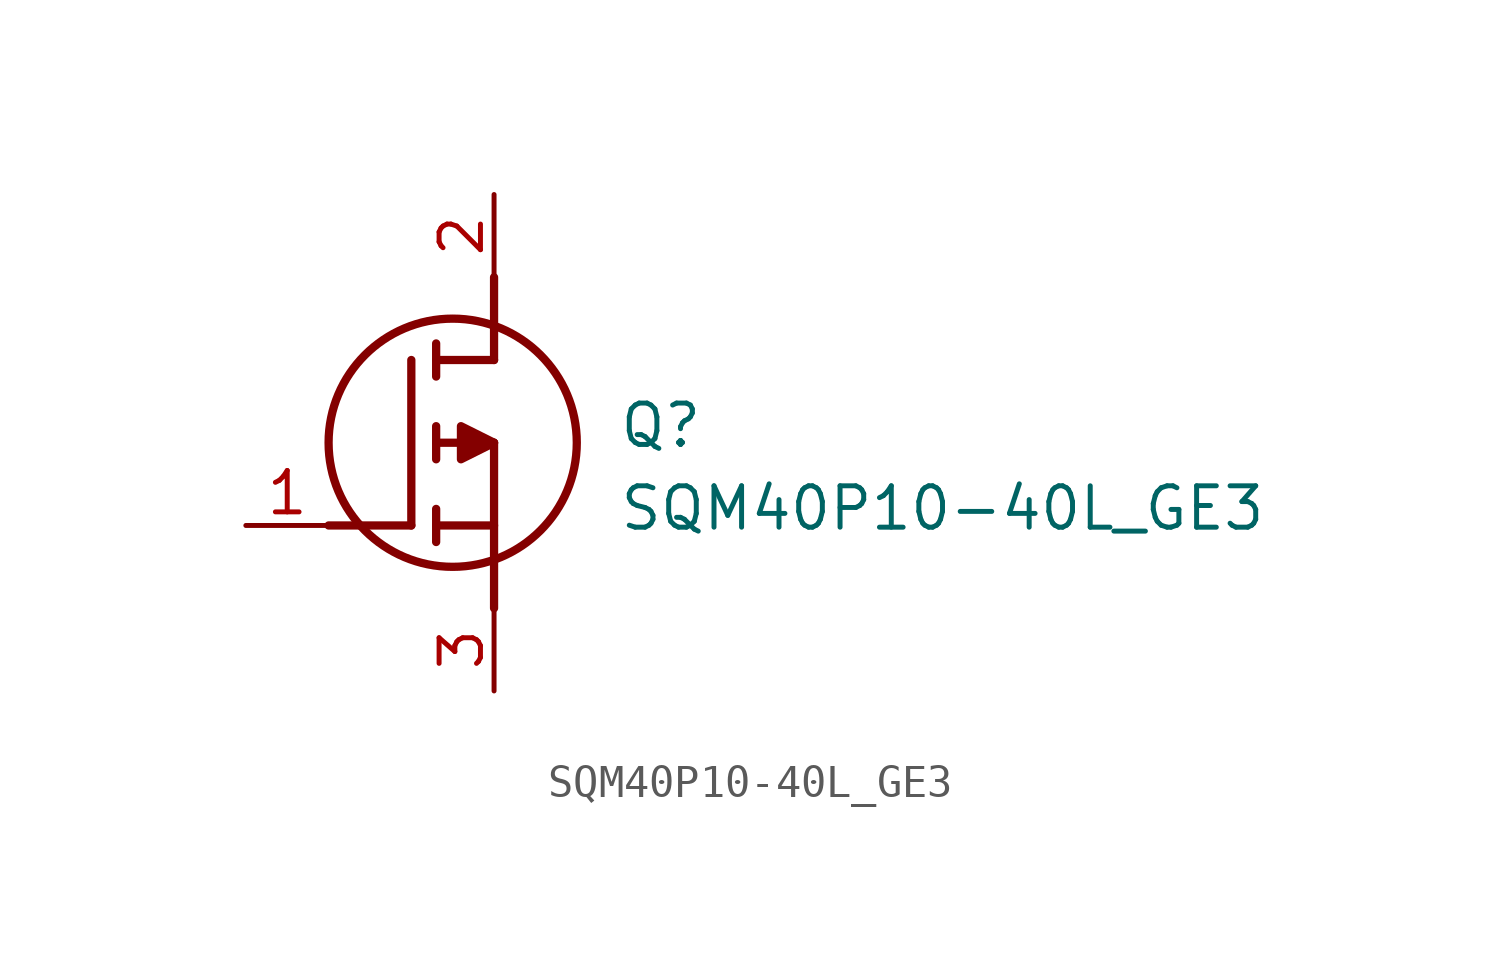
<source format=kicad_sym>
(kicad_symbol_lib
  (version 20211014)
  (generator SamacSys_ECAD_Model)
  (symbol "SQM40P10-40L_GE3"
    (pin_names hide)
    (property "Reference" "Q"
      (at 11.43 3.81 0)
      (effects (font (size 1.27 1.27)) (justify left top)))
    (property "Value" "SQM40P10-40L_GE3"
      (at 11.43 1.27 0)
      (effects (font (size 1.27 1.27)) (justify left top)))
    (polyline
      (pts (xy 7.62 2.54) (xy 7.62 -2.54))
      (stroke (width 0.254) (type default))
      (fill (type none)))
    (polyline
      (pts (xy 7.62 5.08) (xy 7.62 7.62))
      (stroke (width 0.254) (type default))
      (fill (type none)))
    (polyline
      (pts (xy 2.54 0) (xy 5.08 0))
      (stroke (width 0.254) (type default))
      (fill (type none)))
    (polyline
      (pts (xy 5.08 5.08) (xy 5.08 0))
      (stroke (width 0.254) (type default))
      (fill (type none)))
    (polyline
      (pts (xy 7.62 2.54) (xy 5.842 2.54))
      (stroke (width 0.254) (type default))
      (fill (type none)))
    (polyline
      (pts (xy 7.62 5.08) (xy 5.842 5.08))
      (stroke (width 0.254) (type default))
      (fill (type none)))
    (polyline
      (pts (xy 5.842 0) (xy 7.62 0))
      (stroke (width 0.254) (type default))
      (fill (type none)))
    (polyline
      (pts (xy 5.842 5.588) (xy 5.842 4.572))
      (stroke (width 0.254) (type default))
      (fill (type none)))
    (polyline
      (pts (xy 5.842 -0.508) (xy 5.842 0.508))
      (stroke (width 0.254) (type default))
      (fill (type none)))
    (polyline
      (pts (xy 5.842 2.032) (xy 5.842 3.048))
      (stroke (width 0.254) (type default))
      (fill (type none)))
    (circle
      (center 6.35 2.54)
      (radius 3.81)
      (stroke (width 0.254) (type default))
      (fill (type none)))
    (polyline
      (pts (xy 7.62 2.54) (xy 6.604 3.048) (xy 6.604 2.032) (xy 7.62 2.54))
      (stroke (width 0.254) (type default))
      (fill (type outline)))
    (pin passive line
      (at 0 0 0)
      (length 2.54)
      (name "G" (effects (font (size 1.27 1.27))))
      (number "1" (effects (font (size 1.27 1.27)))))
    (pin passive line
      (at 7.62 10.16 270)
      (length 2.54)
      (name "D" (effects (font (size 1.27 1.27))))
      (number "2" (effects (font (size 1.27 1.27)))))
    (pin passive line
      (at 7.62 -5.08 90)
      (length 2.54)
      (name "S" (effects (font (size 1.27 1.27))))
      (number "3" (effects (font (size 1.27 1.27)))))))
</source>
